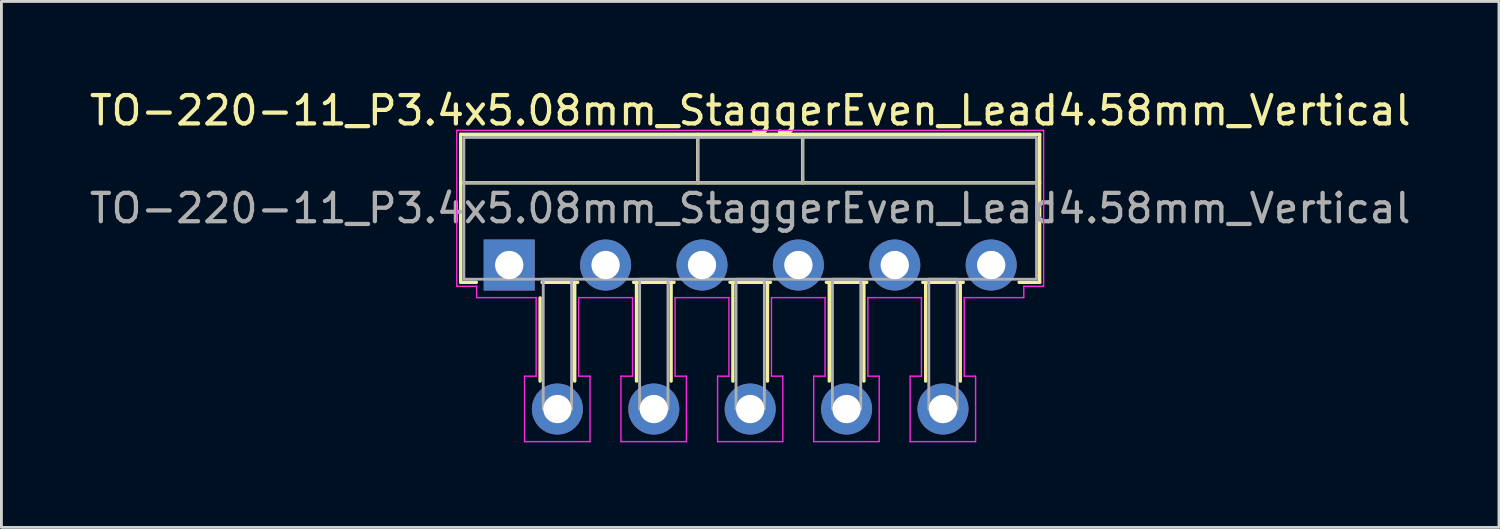
<source format=kicad_pcb>
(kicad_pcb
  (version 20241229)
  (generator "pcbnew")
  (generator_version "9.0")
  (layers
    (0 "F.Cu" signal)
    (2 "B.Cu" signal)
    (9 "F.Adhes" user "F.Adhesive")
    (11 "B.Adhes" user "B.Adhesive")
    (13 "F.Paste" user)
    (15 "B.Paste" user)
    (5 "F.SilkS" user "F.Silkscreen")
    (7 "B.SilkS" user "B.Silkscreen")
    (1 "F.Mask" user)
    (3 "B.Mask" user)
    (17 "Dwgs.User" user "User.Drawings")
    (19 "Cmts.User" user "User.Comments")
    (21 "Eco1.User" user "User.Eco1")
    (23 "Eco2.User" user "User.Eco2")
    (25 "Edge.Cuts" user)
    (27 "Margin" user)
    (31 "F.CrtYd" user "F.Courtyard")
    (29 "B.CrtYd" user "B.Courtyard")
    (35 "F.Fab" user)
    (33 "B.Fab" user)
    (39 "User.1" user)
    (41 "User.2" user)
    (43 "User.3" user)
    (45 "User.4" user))
  (footprint "TO-220-11_P3.4x5.08mm_StaggerEven_Lead4.58mm_Vertical"
    (layer "F.Cu")
    (at 14.911 6.298)
    (property "Reference" "TO-220-11_P3.4x5.08mm_StaggerEven_Lead4.58mm_Vertical" (at 8.5 -5.45 0) (layer "F.SilkS") (effects (font (size 1 1) (thickness 0.15))))
    (attr through_hole)
    (fp_line (start -1.71 -4.61) (end 18.71 -4.61) (stroke (width 0.12) (type solid)) (layer "F.SilkS"))
    (fp_line (start -1.71 -2.9) (end 18.71 -2.9) (stroke (width 0.12) (type solid)) (layer "F.SilkS"))
    (fp_line (start -1.71 0.61) (end -1.71 -4.61) (stroke (width 0.12) (type solid)) (layer "F.SilkS"))
    (fp_line (start -1.16 0.61) (end -1.71 0.61) (stroke (width 0.12) (type solid)) (layer "F.SilkS"))
    (fp_line (start 1.09 1.16) (end 1.09 4.093) (stroke (width 0.12) (type solid)) (layer "F.SilkS"))
    (fp_line (start 2.31 0.61) (end 2.31 4.093) (stroke (width 0.12) (type solid)) (layer "F.SilkS"))
    (fp_line (start 2.413 0.61) (end 1.16 0.61) (stroke (width 0.12) (type solid)) (layer "F.SilkS"))
    (fp_line (start 4.49 0.61) (end 4.49 4.093) (stroke (width 0.12) (type solid)) (layer "F.SilkS"))
    (fp_line (start 5.71 0.61) (end 5.71 4.093) (stroke (width 0.12) (type solid)) (layer "F.SilkS"))
    (fp_line (start 5.813 0.61) (end 4.387 0.61) (stroke (width 0.12) (type solid)) (layer "F.SilkS"))
    (fp_line (start 6.65 -4.61) (end 6.65 -2.9) (stroke (width 0.12) (type solid)) (layer "F.SilkS"))
    (fp_line (start 7.89 0.61) (end 7.89 4.093) (stroke (width 0.12) (type solid)) (layer "F.SilkS"))
    (fp_line (start 9.11 0.61) (end 9.11 4.093) (stroke (width 0.12) (type solid)) (layer "F.SilkS"))
    (fp_line (start 9.213 0.61) (end 7.787 0.61) (stroke (width 0.12) (type solid)) (layer "F.SilkS"))
    (fp_line (start 10.35 -4.61) (end 10.35 -2.9) (stroke (width 0.12) (type solid)) (layer "F.SilkS"))
    (fp_line (start 11.29 0.61) (end 11.29 4.093) (stroke (width 0.12) (type solid)) (layer "F.SilkS"))
    (fp_line (start 12.51 0.61) (end 12.51 4.093) (stroke (width 0.12) (type solid)) (layer "F.SilkS"))
    (fp_line (start 12.613 0.61) (end 11.187 0.61) (stroke (width 0.12) (type solid)) (layer "F.SilkS"))
    (fp_line (start 14.69 0.61) (end 14.69 4.093) (stroke (width 0.12) (type solid)) (layer "F.SilkS"))
    (fp_line (start 15.91 0.61) (end 15.91 4.093) (stroke (width 0.12) (type solid)) (layer "F.SilkS"))
    (fp_line (start 16.013 0.61) (end 14.587 0.61) (stroke (width 0.12) (type solid)) (layer "F.SilkS"))
    (fp_line (start 18.71 -4.61) (end 18.71 0.61) (stroke (width 0.12) (type solid)) (layer "F.SilkS"))
    (fp_line (start 18.71 0.61) (end 17.987 0.61) (stroke (width 0.12) (type solid)) (layer "F.SilkS"))
    (fp_line (start -1.85 -4.75) (end 18.85 -4.75) (stroke (width 0.05) (type solid)) (layer "F.CrtYd"))
    (fp_line (start -1.85 0.75) (end -1.85 -4.75) (stroke (width 0.05) (type solid)) (layer "F.CrtYd"))
    (fp_line (start -1.15 0.75) (end -1.85 0.75) (stroke (width 0.05) (type solid)) (layer "F.CrtYd"))
    (fp_line (start -1.15 1.15) (end -1.15 0.75) (stroke (width 0.05) (type solid)) (layer "F.CrtYd"))
    (fp_line (start 0.54 3.92) (end 0.95 3.92) (stroke (width 0.05) (type solid)) (layer "F.CrtYd"))
    (fp_line (start 0.54 6.23) (end 0.54 3.92) (stroke (width 0.05) (type solid)) (layer "F.CrtYd"))
    (fp_line (start 0.95 1.15) (end -1.15 1.15) (stroke (width 0.05) (type solid)) (layer "F.CrtYd"))
    (fp_line (start 0.95 3.92) (end 0.95 1.15) (stroke (width 0.05) (type solid)) (layer "F.CrtYd"))
    (fp_line (start 2.45 1.15) (end 2.45 3.92) (stroke (width 0.05) (type solid)) (layer "F.CrtYd"))
    (fp_line (start 2.45 3.92) (end 2.85 3.92) (stroke (width 0.05) (type solid)) (layer "F.CrtYd"))
    (fp_line (start 2.85 3.92) (end 2.85 6.23) (stroke (width 0.05) (type solid)) (layer "F.CrtYd"))
    (fp_line (start 2.85 6.23) (end 0.54 6.23) (stroke (width 0.05) (type solid)) (layer "F.CrtYd"))
    (fp_line (start 3.94 3.92) (end 4.35 3.92) (stroke (width 0.05) (type solid)) (layer "F.CrtYd"))
    (fp_line (start 3.94 6.23) (end 3.94 3.92) (stroke (width 0.05) (type solid)) (layer "F.CrtYd"))
    (fp_line (start 4.35 1.15) (end 2.45 1.15) (stroke (width 0.05) (type solid)) (layer "F.CrtYd"))
    (fp_line (start 4.35 3.92) (end 4.35 1.15) (stroke (width 0.05) (type solid)) (layer "F.CrtYd"))
    (fp_line (start 5.85 1.15) (end 5.85 3.92) (stroke (width 0.05) (type solid)) (layer "F.CrtYd"))
    (fp_line (start 5.85 3.92) (end 6.25 3.92) (stroke (width 0.05) (type solid)) (layer "F.CrtYd"))
    (fp_line (start 6.25 3.92) (end 6.25 6.23) (stroke (width 0.05) (type solid)) (layer "F.CrtYd"))
    (fp_line (start 6.25 6.23) (end 3.94 6.23) (stroke (width 0.05) (type solid)) (layer "F.CrtYd"))
    (fp_line (start 7.35 3.92) (end 7.75 3.92) (stroke (width 0.05) (type solid)) (layer "F.CrtYd"))
    (fp_line (start 7.35 6.23) (end 7.35 3.92) (stroke (width 0.05) (type solid)) (layer "F.CrtYd"))
    (fp_line (start 7.75 1.15) (end 5.85 1.15) (stroke (width 0.05) (type solid)) (layer "F.CrtYd"))
    (fp_line (start 7.75 3.92) (end 7.75 1.15) (stroke (width 0.05) (type solid)) (layer "F.CrtYd"))
    (fp_line (start 9.25 1.15) (end 9.25 3.92) (stroke (width 0.05) (type solid)) (layer "F.CrtYd"))
    (fp_line (start 9.25 3.92) (end 9.65 3.92) (stroke (width 0.05) (type solid)) (layer "F.CrtYd"))
    (fp_line (start 9.65 3.92) (end 9.65 6.23) (stroke (width 0.05) (type solid)) (layer "F.CrtYd"))
    (fp_line (start 9.65 6.23) (end 7.35 6.23) (stroke (width 0.05) (type solid)) (layer "F.CrtYd"))
    (fp_line (start 10.74 3.92) (end 11.14 3.92) (stroke (width 0.05) (type solid)) (layer "F.CrtYd"))
    (fp_line (start 10.74 6.23) (end 10.74 3.92) (stroke (width 0.05) (type solid)) (layer "F.CrtYd"))
    (fp_line (start 11.14 1.15) (end 9.25 1.15) (stroke (width 0.05) (type solid)) (layer "F.CrtYd"))
    (fp_line (start 11.14 3.92) (end 11.14 1.15) (stroke (width 0.05) (type solid)) (layer "F.CrtYd"))
    (fp_line (start 12.65 1.15) (end 12.65 3.92) (stroke (width 0.05) (type solid)) (layer "F.CrtYd"))
    (fp_line (start 12.65 3.92) (end 13.05 3.92) (stroke (width 0.05) (type solid)) (layer "F.CrtYd"))
    (fp_line (start 13.05 3.92) (end 13.05 6.23) (stroke (width 0.05) (type solid)) (layer "F.CrtYd"))
    (fp_line (start 13.05 6.23) (end 10.74 6.23) (stroke (width 0.05) (type solid)) (layer "F.CrtYd"))
    (fp_line (start 14.14 3.92) (end 14.54 3.92) (stroke (width 0.05) (type solid)) (layer "F.CrtYd"))
    (fp_line (start 14.14 6.23) (end 14.14 3.92) (stroke (width 0.05) (type solid)) (layer "F.CrtYd"))
    (fp_line (start 14.54 1.15) (end 12.65 1.15) (stroke (width 0.05) (type solid)) (layer "F.CrtYd"))
    (fp_line (start 14.54 3.92) (end 14.54 1.15) (stroke (width 0.05) (type solid)) (layer "F.CrtYd"))
    (fp_line (start 16.05 1.15) (end 16.05 3.92) (stroke (width 0.05) (type solid)) (layer "F.CrtYd"))
    (fp_line (start 16.05 3.92) (end 16.45 3.92) (stroke (width 0.05) (type solid)) (layer "F.CrtYd"))
    (fp_line (start 16.45 3.92) (end 16.45 6.23) (stroke (width 0.05) (type solid)) (layer "F.CrtYd"))
    (fp_line (start 16.45 6.23) (end 14.14 6.23) (stroke (width 0.05) (type solid)) (layer "F.CrtYd"))
    (fp_line (start 18.15 0.75) (end 18.15 1.15) (stroke (width 0.05) (type solid)) (layer "F.CrtYd"))
    (fp_line (start 18.15 1.15) (end 16.05 1.15) (stroke (width 0.05) (type solid)) (layer "F.CrtYd"))
    (fp_line (start 18.85 -4.75) (end 18.85 0.75) (stroke (width 0.05) (type solid)) (layer "F.CrtYd"))
    (fp_line (start 18.85 0.75) (end 18.15 0.75) (stroke (width 0.05) (type solid)) (layer "F.CrtYd"))
    (fp_line (start -1.6 -2.9) (end 18.6 -2.9) (stroke (width 0.1) (type solid)) (layer "F.Fab"))
    (fp_line (start 6.65 -4.5) (end 6.65 -2.9) (stroke (width 0.1) (type solid)) (layer "F.Fab"))
    (fp_line (start 10.35 -4.5) (end 10.35 -2.9) (stroke (width 0.1) (type solid)) (layer "F.Fab"))
    (fp_rect (start -1.6 -4.5) (end 18.6 0.5) (stroke (width 0.1) (type solid)) (fill no) (layer "F.Fab"))
    (fp_rect (start 1.2 0.5) (end 2.2 5.08) (stroke (width 0.1) (type solid)) (fill no) (layer "F.Fab"))
    (fp_rect (start 4.6 0.5) (end 5.6 5.08) (stroke (width 0.1) (type solid)) (fill no) (layer "F.Fab"))
    (fp_rect (start 8 0.5) (end 9 5.08) (stroke (width 0.1) (type solid)) (fill no) (layer "F.Fab"))
    (fp_rect (start 11.4 0.5) (end 12.4 5.08) (stroke (width 0.1) (type solid)) (fill no) (layer "F.Fab"))
    (fp_rect (start 14.8 0.5) (end 15.8 5.08) (stroke (width 0.1) (type solid)) (fill no) (layer "F.Fab"))
    (fp_text user "${REFERENCE}" (at 8.5 -2 0) (layer "F.Fab") (effects (font (size 1 1) (thickness 0.15))))
    (pad "1" thru_hole rect (at 0 0) (size 1.8 1.8) (drill 1) (layers "*.Cu" "*.Mask"))
    (pad "2" thru_hole circle (at 1.7 5.08) (size 1.8 1.8) (drill 1) (layers "*.Cu" "*.Mask"))
    (pad "3" thru_hole circle (at 3.4 0) (size 1.8 1.8) (drill 1) (layers "*.Cu" "*.Mask"))
    (pad "4" thru_hole circle (at 5.1 5.08) (size 1.8 1.8) (drill 1) (layers "*.Cu" "*.Mask"))
    (pad "5" thru_hole circle (at 6.8 0) (size 1.8 1.8) (drill 1) (layers "*.Cu" "*.Mask"))
    (pad "6" thru_hole circle (at 8.5 5.08) (size 1.8 1.8) (drill 1) (layers "*.Cu" "*.Mask"))
    (pad "7" thru_hole circle (at 10.2 0) (size 1.8 1.8) (drill 1) (layers "*.Cu" "*.Mask"))
    (pad "8" thru_hole circle (at 11.9 5.08) (size 1.8 1.8) (drill 1) (layers "*.Cu" "*.Mask"))
    (pad "9" thru_hole circle (at 13.6 0) (size 1.8 1.8) (drill 1) (layers "*.Cu" "*.Mask"))
    (pad "10" thru_hole circle (at 15.3 5.08) (size 1.8 1.8) (drill 1) (layers "*.Cu" "*.Mask"))
    (pad "11" thru_hole circle (at 17 0) (size 1.8 1.8) (drill 1) (layers "*.Cu" "*.Mask")))
  (gr_rect
    (start -3 -3)
    (end 49.821 15.553)
    (stroke (width 0.1) (type default))
    (fill no)
    (layer "Edge.Cuts")))
</source>
